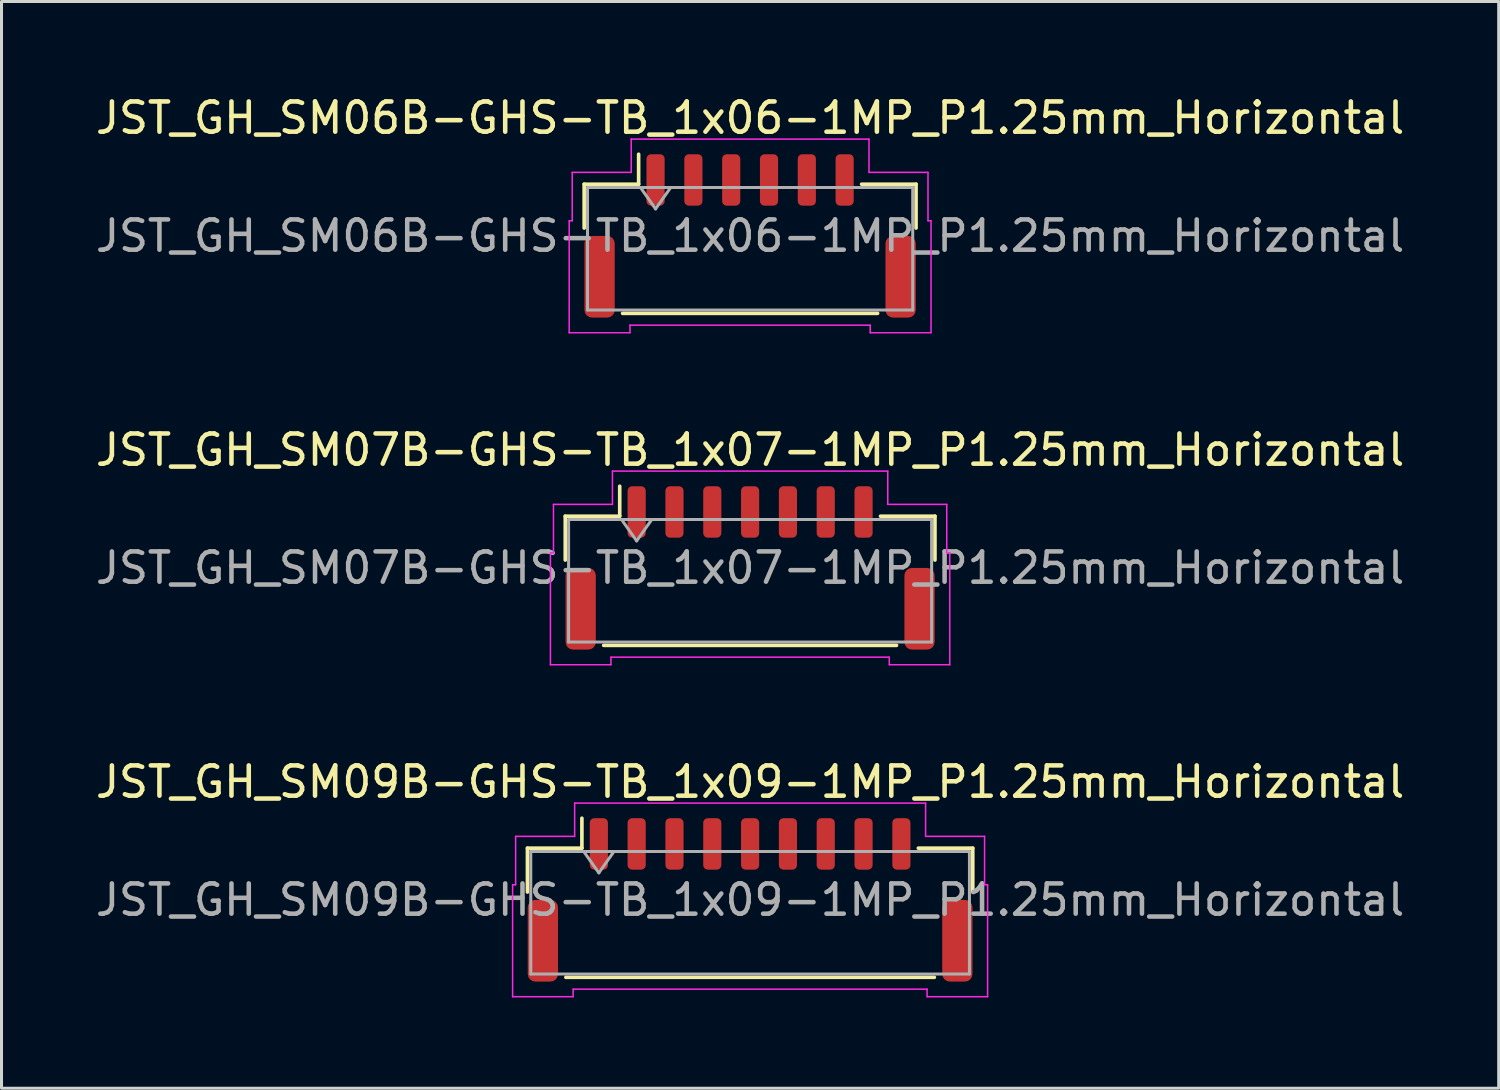
<source format=kicad_pcb>
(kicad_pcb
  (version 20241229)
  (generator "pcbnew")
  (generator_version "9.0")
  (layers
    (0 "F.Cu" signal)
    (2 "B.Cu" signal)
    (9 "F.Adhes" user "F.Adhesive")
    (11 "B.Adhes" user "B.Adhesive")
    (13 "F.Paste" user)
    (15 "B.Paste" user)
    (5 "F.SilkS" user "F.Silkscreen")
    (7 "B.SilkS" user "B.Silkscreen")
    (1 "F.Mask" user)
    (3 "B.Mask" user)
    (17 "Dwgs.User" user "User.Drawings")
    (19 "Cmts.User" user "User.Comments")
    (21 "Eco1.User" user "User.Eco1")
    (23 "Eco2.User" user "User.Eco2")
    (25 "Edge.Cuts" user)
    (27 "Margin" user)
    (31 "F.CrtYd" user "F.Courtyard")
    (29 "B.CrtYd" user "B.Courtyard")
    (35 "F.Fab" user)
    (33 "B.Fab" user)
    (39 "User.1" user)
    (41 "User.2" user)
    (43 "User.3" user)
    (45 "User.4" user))
  (footprint "JST_GH_SM07B-GHS-TB_1x07-1MP_P1.25mm_Horizontal"
    (layer "F.Cu")
    (at 21.744 15.722)
    (property "Reference" "JST_GH_SM07B-GHS-TB_1x07-1MP_P1.25mm_Horizontal" (at 0 -3.9 0) (layer "F.SilkS") (effects (font (size 1 1) (thickness 0.15))))
    (attr smd)
    (fp_line (start -6.11 -1.71) (end -4.31 -1.71) (stroke (width 0.12) (type solid)) (layer "F.SilkS"))
    (fp_line (start -6.11 -0.26) (end -6.11 -1.71) (stroke (width 0.12) (type solid)) (layer "F.SilkS"))
    (fp_line (start -4.84 2.56) (end 4.84 2.56) (stroke (width 0.12) (type solid)) (layer "F.SilkS"))
    (fp_line (start -4.31 -1.71) (end -4.31 -2.7) (stroke (width 0.12) (type solid)) (layer "F.SilkS"))
    (fp_line (start 6.11 -1.71) (end 4.31 -1.71) (stroke (width 0.12) (type solid)) (layer "F.SilkS"))
    (fp_line (start 6.11 -0.26) (end 6.11 -1.71) (stroke (width 0.12) (type solid)) (layer "F.SilkS"))
    (fp_line (start -6.6 -0.5) (end -6.5 -0.5) (stroke (width 0.05) (type solid)) (layer "F.CrtYd"))
    (fp_line (start -6.6 3.2) (end -6.6 -0.5) (stroke (width 0.05) (type solid)) (layer "F.CrtYd"))
    (fp_line (start -6.5 -2.1) (end -4.55 -2.1) (stroke (width 0.05) (type solid)) (layer "F.CrtYd"))
    (fp_line (start -6.5 -0.5) (end -6.5 -2.1) (stroke (width 0.05) (type solid)) (layer "F.CrtYd"))
    (fp_line (start -4.6 2.95) (end -4.6 3.2) (stroke (width 0.05) (type solid)) (layer "F.CrtYd"))
    (fp_line (start -4.6 3.2) (end -6.6 3.2) (stroke (width 0.05) (type solid)) (layer "F.CrtYd"))
    (fp_line (start -4.55 -3.2) (end 4.55 -3.2) (stroke (width 0.05) (type solid)) (layer "F.CrtYd"))
    (fp_line (start -4.55 -2.1) (end -4.55 -3.2) (stroke (width 0.05) (type solid)) (layer "F.CrtYd"))
    (fp_line (start 4.55 -3.2) (end 4.55 -2.1) (stroke (width 0.05) (type solid)) (layer "F.CrtYd"))
    (fp_line (start 4.55 -2.1) (end 6.5 -2.1) (stroke (width 0.05) (type solid)) (layer "F.CrtYd"))
    (fp_line (start 4.6 2.95) (end -4.6 2.95) (stroke (width 0.05) (type solid)) (layer "F.CrtYd"))
    (fp_line (start 4.6 3.2) (end 4.6 2.95) (stroke (width 0.05) (type solid)) (layer "F.CrtYd"))
    (fp_line (start 6.5 -2.1) (end 6.5 -0.5) (stroke (width 0.05) (type solid)) (layer "F.CrtYd"))
    (fp_line (start 6.5 -0.5) (end 6.6 -0.5) (stroke (width 0.05) (type solid)) (layer "F.CrtYd"))
    (fp_line (start 6.6 -0.5) (end 6.6 3.2) (stroke (width 0.05) (type solid)) (layer "F.CrtYd"))
    (fp_line (start 6.6 3.2) (end 4.6 3.2) (stroke (width 0.05) (type solid)) (layer "F.CrtYd"))
    (fp_line (start -6 -1.6) (end -6 2.45) (stroke (width 0.1) (type solid)) (layer "F.Fab"))
    (fp_line (start -6 -1.6) (end 6 -1.6) (stroke (width 0.1) (type solid)) (layer "F.Fab"))
    (fp_line (start -6 2.45) (end 6 2.45) (stroke (width 0.1) (type solid)) (layer "F.Fab"))
    (fp_line (start -4.25 -1.6) (end -3.75 -0.893) (stroke (width 0.1) (type solid)) (layer "F.Fab"))
    (fp_line (start -3.75 -0.893) (end -3.25 -1.6) (stroke (width 0.1) (type solid)) (layer "F.Fab"))
    (fp_line (start 6 -1.6) (end 6 2.45) (stroke (width 0.1) (type solid)) (layer "F.Fab"))
    (fp_text user "${REFERENCE}" (at 0 0 0) (layer "F.Fab") (effects (font (size 1 1) (thickness 0.15))))
    (pad "1" smd roundrect (at -3.75 -1.85) (size 0.6 1.7) (layers "F.Cu" "F.Mask" "F.Paste") (roundrect_rratio 0.25))
    (pad "2" smd roundrect (at -2.5 -1.85) (size 0.6 1.7) (layers "F.Cu" "F.Mask" "F.Paste") (roundrect_rratio 0.25))
    (pad "3" smd roundrect (at -1.25 -1.85) (size 0.6 1.7) (layers "F.Cu" "F.Mask" "F.Paste") (roundrect_rratio 0.25))
    (pad "4" smd roundrect (at 0 -1.85) (size 0.6 1.7) (layers "F.Cu" "F.Mask" "F.Paste") (roundrect_rratio 0.25))
    (pad "5" smd roundrect (at 1.25 -1.85) (size 0.6 1.7) (layers "F.Cu" "F.Mask" "F.Paste") (roundrect_rratio 0.25))
    (pad "6" smd roundrect (at 2.5 -1.85) (size 0.6 1.7) (layers "F.Cu" "F.Mask" "F.Paste") (roundrect_rratio 0.25))
    (pad "7" smd roundrect (at 3.75 -1.85) (size 0.6 1.7) (layers "F.Cu" "F.Mask" "F.Paste") (roundrect_rratio 0.25))
    (pad "MP" smd roundrect (at -5.6 1.35) (size 1 2.7) (layers "F.Cu" "F.Mask" "F.Paste") (roundrect_rratio 0.25))
    (pad "MP" smd roundrect (at 5.6 1.35) (size 1 2.7) (layers "F.Cu" "F.Mask" "F.Paste") (roundrect_rratio 0.25)))
  (footprint "JST_GH_SM06B-GHS-TB_1x06-1MP_P1.25mm_Horizontal"
    (layer "F.Cu")
    (at 21.744 4.748)
    (property "Reference" "JST_GH_SM06B-GHS-TB_1x06-1MP_P1.25mm_Horizontal" (at 0 -3.9 0) (layer "F.SilkS") (effects (font (size 1 1) (thickness 0.15))))
    (attr smd)
    (fp_line (start -5.485 -1.71) (end -3.685 -1.71) (stroke (width 0.12) (type solid)) (layer "F.SilkS"))
    (fp_line (start -5.485 -0.26) (end -5.485 -1.71) (stroke (width 0.12) (type solid)) (layer "F.SilkS"))
    (fp_line (start -4.215 2.56) (end 4.215 2.56) (stroke (width 0.12) (type solid)) (layer "F.SilkS"))
    (fp_line (start -3.685 -1.71) (end -3.685 -2.7) (stroke (width 0.12) (type solid)) (layer "F.SilkS"))
    (fp_line (start 5.485 -1.71) (end 3.685 -1.71) (stroke (width 0.12) (type solid)) (layer "F.SilkS"))
    (fp_line (start 5.485 -0.26) (end 5.485 -1.71) (stroke (width 0.12) (type solid)) (layer "F.SilkS"))
    (fp_line (start -5.98 -0.5) (end -5.88 -0.5) (stroke (width 0.05) (type solid)) (layer "F.CrtYd"))
    (fp_line (start -5.98 3.2) (end -5.98 -0.5) (stroke (width 0.05) (type solid)) (layer "F.CrtYd"))
    (fp_line (start -5.88 -2.1) (end -3.93 -2.1) (stroke (width 0.05) (type solid)) (layer "F.CrtYd"))
    (fp_line (start -5.88 -0.5) (end -5.88 -2.1) (stroke (width 0.05) (type solid)) (layer "F.CrtYd"))
    (fp_line (start -3.97 2.95) (end -3.97 3.2) (stroke (width 0.05) (type solid)) (layer "F.CrtYd"))
    (fp_line (start -3.97 3.2) (end -5.98 3.2) (stroke (width 0.05) (type solid)) (layer "F.CrtYd"))
    (fp_line (start -3.93 -3.2) (end 3.93 -3.2) (stroke (width 0.05) (type solid)) (layer "F.CrtYd"))
    (fp_line (start -3.93 -2.1) (end -3.93 -3.2) (stroke (width 0.05) (type solid)) (layer "F.CrtYd"))
    (fp_line (start 3.93 -3.2) (end 3.93 -2.1) (stroke (width 0.05) (type solid)) (layer "F.CrtYd"))
    (fp_line (start 3.93 -2.1) (end 5.88 -2.1) (stroke (width 0.05) (type solid)) (layer "F.CrtYd"))
    (fp_line (start 3.97 2.95) (end -3.97 2.95) (stroke (width 0.05) (type solid)) (layer "F.CrtYd"))
    (fp_line (start 3.97 3.2) (end 3.97 2.95) (stroke (width 0.05) (type solid)) (layer "F.CrtYd"))
    (fp_line (start 5.88 -2.1) (end 5.88 -0.5) (stroke (width 0.05) (type solid)) (layer "F.CrtYd"))
    (fp_line (start 5.88 -0.5) (end 5.98 -0.5) (stroke (width 0.05) (type solid)) (layer "F.CrtYd"))
    (fp_line (start 5.98 -0.5) (end 5.98 3.2) (stroke (width 0.05) (type solid)) (layer "F.CrtYd"))
    (fp_line (start 5.98 3.2) (end 3.97 3.2) (stroke (width 0.05) (type solid)) (layer "F.CrtYd"))
    (fp_line (start -5.375 -1.6) (end -5.375 2.45) (stroke (width 0.1) (type solid)) (layer "F.Fab"))
    (fp_line (start -5.375 -1.6) (end 5.375 -1.6) (stroke (width 0.1) (type solid)) (layer "F.Fab"))
    (fp_line (start -5.375 2.45) (end 5.375 2.45) (stroke (width 0.1) (type solid)) (layer "F.Fab"))
    (fp_line (start -3.625 -1.6) (end -3.125 -0.893) (stroke (width 0.1) (type solid)) (layer "F.Fab"))
    (fp_line (start -3.125 -0.893) (end -2.625 -1.6) (stroke (width 0.1) (type solid)) (layer "F.Fab"))
    (fp_line (start 5.375 -1.6) (end 5.375 2.45) (stroke (width 0.1) (type solid)) (layer "F.Fab"))
    (fp_text user "${REFERENCE}" (at 0 0 0) (layer "F.Fab") (effects (font (size 1 1) (thickness 0.15))))
    (pad "1" smd roundrect (at -3.125 -1.85) (size 0.6 1.7) (layers "F.Cu" "F.Mask" "F.Paste") (roundrect_rratio 0.25))
    (pad "2" smd roundrect (at -1.875 -1.85) (size 0.6 1.7) (layers "F.Cu" "F.Mask" "F.Paste") (roundrect_rratio 0.25))
    (pad "3" smd roundrect (at -0.625 -1.85) (size 0.6 1.7) (layers "F.Cu" "F.Mask" "F.Paste") (roundrect_rratio 0.25))
    (pad "4" smd roundrect (at 0.625 -1.85) (size 0.6 1.7) (layers "F.Cu" "F.Mask" "F.Paste") (roundrect_rratio 0.25))
    (pad "5" smd roundrect (at 1.875 -1.85) (size 0.6 1.7) (layers "F.Cu" "F.Mask" "F.Paste") (roundrect_rratio 0.25))
    (pad "6" smd roundrect (at 3.125 -1.85) (size 0.6 1.7) (layers "F.Cu" "F.Mask" "F.Paste") (roundrect_rratio 0.25))
    (pad "MP" smd roundrect (at -4.975 1.35) (size 1 2.7) (layers "F.Cu" "F.Mask" "F.Paste") (roundrect_rratio 0.25))
    (pad "MP" smd roundrect (at 4.975 1.35) (size 1 2.7) (layers "F.Cu" "F.Mask" "F.Paste") (roundrect_rratio 0.25)))
  (footprint "JST_GH_SM09B-GHS-TB_1x09-1MP_P1.25mm_Horizontal"
    (layer "F.Cu")
    (at 21.744 26.695)
    (property "Reference" "JST_GH_SM09B-GHS-TB_1x09-1MP_P1.25mm_Horizontal" (at 0 -3.9 0) (layer "F.SilkS") (effects (font (size 1 1) (thickness 0.15))))
    (attr smd)
    (fp_line (start -7.36 -1.71) (end -5.56 -1.71) (stroke (width 0.12) (type solid)) (layer "F.SilkS"))
    (fp_line (start -7.36 -0.26) (end -7.36 -1.71) (stroke (width 0.12) (type solid)) (layer "F.SilkS"))
    (fp_line (start -6.09 2.56) (end 6.09 2.56) (stroke (width 0.12) (type solid)) (layer "F.SilkS"))
    (fp_line (start -5.56 -1.71) (end -5.56 -2.7) (stroke (width 0.12) (type solid)) (layer "F.SilkS"))
    (fp_line (start 7.36 -1.71) (end 5.56 -1.71) (stroke (width 0.12) (type solid)) (layer "F.SilkS"))
    (fp_line (start 7.36 -0.26) (end 7.36 -1.71) (stroke (width 0.12) (type solid)) (layer "F.SilkS"))
    (fp_line (start -7.85 -0.5) (end -7.75 -0.5) (stroke (width 0.05) (type solid)) (layer "F.CrtYd"))
    (fp_line (start -7.85 3.2) (end -7.85 -0.5) (stroke (width 0.05) (type solid)) (layer "F.CrtYd"))
    (fp_line (start -7.75 -2.1) (end -5.8 -2.1) (stroke (width 0.05) (type solid)) (layer "F.CrtYd"))
    (fp_line (start -7.75 -0.5) (end -7.75 -2.1) (stroke (width 0.05) (type solid)) (layer "F.CrtYd"))
    (fp_line (start -5.85 2.95) (end -5.85 3.2) (stroke (width 0.05) (type solid)) (layer "F.CrtYd"))
    (fp_line (start -5.85 3.2) (end -7.85 3.2) (stroke (width 0.05) (type solid)) (layer "F.CrtYd"))
    (fp_line (start -5.8 -3.2) (end 5.8 -3.2) (stroke (width 0.05) (type solid)) (layer "F.CrtYd"))
    (fp_line (start -5.8 -2.1) (end -5.8 -3.2) (stroke (width 0.05) (type solid)) (layer "F.CrtYd"))
    (fp_line (start 5.8 -3.2) (end 5.8 -2.1) (stroke (width 0.05) (type solid)) (layer "F.CrtYd"))
    (fp_line (start 5.8 -2.1) (end 7.75 -2.1) (stroke (width 0.05) (type solid)) (layer "F.CrtYd"))
    (fp_line (start 5.85 2.95) (end -5.85 2.95) (stroke (width 0.05) (type solid)) (layer "F.CrtYd"))
    (fp_line (start 5.85 3.2) (end 5.85 2.95) (stroke (width 0.05) (type solid)) (layer "F.CrtYd"))
    (fp_line (start 7.75 -2.1) (end 7.75 -0.5) (stroke (width 0.05) (type solid)) (layer "F.CrtYd"))
    (fp_line (start 7.75 -0.5) (end 7.85 -0.5) (stroke (width 0.05) (type solid)) (layer "F.CrtYd"))
    (fp_line (start 7.85 -0.5) (end 7.85 3.2) (stroke (width 0.05) (type solid)) (layer "F.CrtYd"))
    (fp_line (start 7.85 3.2) (end 5.85 3.2) (stroke (width 0.05) (type solid)) (layer "F.CrtYd"))
    (fp_line (start -7.25 -1.6) (end -7.25 2.45) (stroke (width 0.1) (type solid)) (layer "F.Fab"))
    (fp_line (start -7.25 -1.6) (end 7.25 -1.6) (stroke (width 0.1) (type solid)) (layer "F.Fab"))
    (fp_line (start -7.25 2.45) (end 7.25 2.45) (stroke (width 0.1) (type solid)) (layer "F.Fab"))
    (fp_line (start -5.5 -1.6) (end -5 -0.893) (stroke (width 0.1) (type solid)) (layer "F.Fab"))
    (fp_line (start -5 -0.893) (end -4.5 -1.6) (stroke (width 0.1) (type solid)) (layer "F.Fab"))
    (fp_line (start 7.25 -1.6) (end 7.25 2.45) (stroke (width 0.1) (type solid)) (layer "F.Fab"))
    (fp_text user "${REFERENCE}" (at 0 0 0) (layer "F.Fab") (effects (font (size 1 1) (thickness 0.15))))
    (pad "1" smd roundrect (at -5 -1.85) (size 0.6 1.7) (layers "F.Cu" "F.Mask" "F.Paste") (roundrect_rratio 0.25))
    (pad "2" smd roundrect (at -3.75 -1.85) (size 0.6 1.7) (layers "F.Cu" "F.Mask" "F.Paste") (roundrect_rratio 0.25))
    (pad "3" smd roundrect (at -2.5 -1.85) (size 0.6 1.7) (layers "F.Cu" "F.Mask" "F.Paste") (roundrect_rratio 0.25))
    (pad "4" smd roundrect (at -1.25 -1.85) (size 0.6 1.7) (layers "F.Cu" "F.Mask" "F.Paste") (roundrect_rratio 0.25))
    (pad "5" smd roundrect (at 0 -1.85) (size 0.6 1.7) (layers "F.Cu" "F.Mask" "F.Paste") (roundrect_rratio 0.25))
    (pad "6" smd roundrect (at 1.25 -1.85) (size 0.6 1.7) (layers "F.Cu" "F.Mask" "F.Paste") (roundrect_rratio 0.25))
    (pad "7" smd roundrect (at 2.5 -1.85) (size 0.6 1.7) (layers "F.Cu" "F.Mask" "F.Paste") (roundrect_rratio 0.25))
    (pad "8" smd roundrect (at 3.75 -1.85) (size 0.6 1.7) (layers "F.Cu" "F.Mask" "F.Paste") (roundrect_rratio 0.25))
    (pad "9" smd roundrect (at 5 -1.85) (size 0.6 1.7) (layers "F.Cu" "F.Mask" "F.Paste") (roundrect_rratio 0.25))
    (pad "MP" smd roundrect (at -6.85 1.35) (size 1 2.7) (layers "F.Cu" "F.Mask" "F.Paste") (roundrect_rratio 0.25))
    (pad "MP" smd roundrect (at 6.85 1.35) (size 1 2.7) (layers "F.Cu" "F.Mask" "F.Paste") (roundrect_rratio 0.25)))
  (gr_rect
    (start -3 -3)
    (end 46.488 32.92)
    (stroke (width 0.1) (type default))
    (fill no)
    (layer "Edge.Cuts")))
</source>
